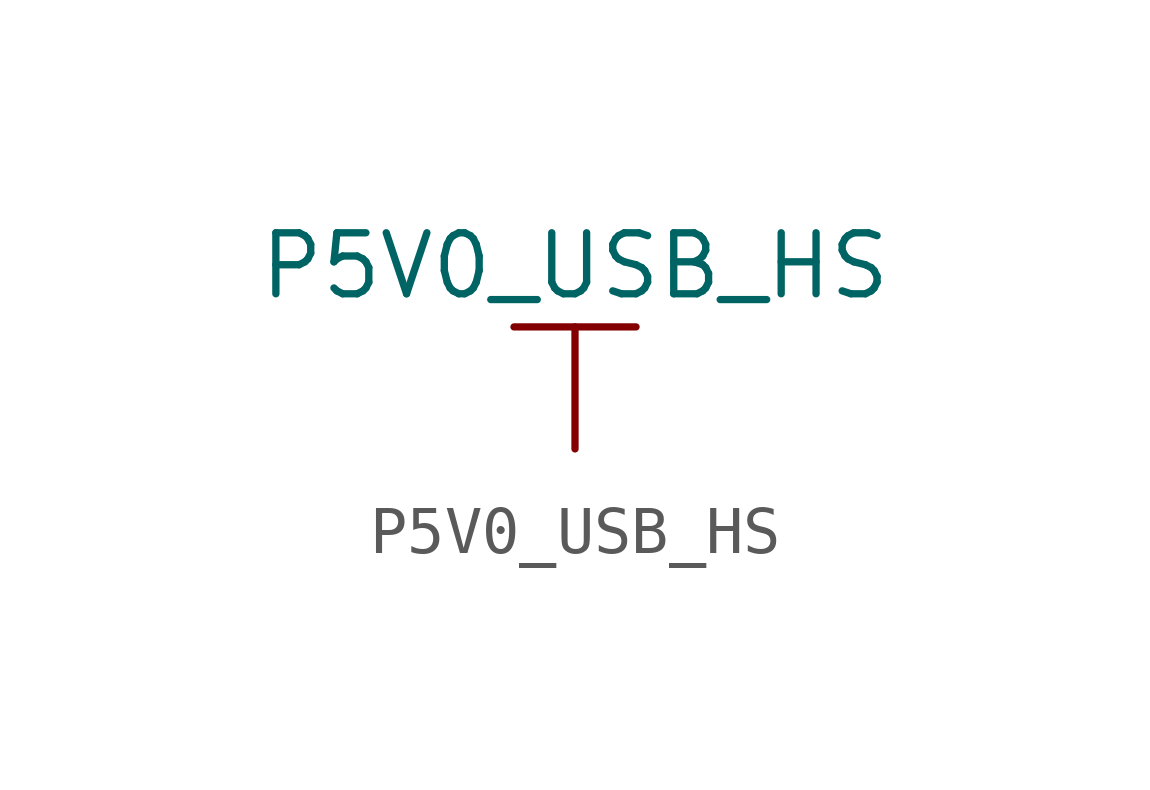
<source format=kicad_sym>
(kicad_symbol_lib
  (version 20211014)
  (generator kicad_symbol_editor)
  (symbol "P5V0_USB_HS"
    (power)
    (pin_names
      (offset 0))
    (property "Reference" "#PWR"
      (at 0 -3.81 0)
      (effects (font (size 1.27 1.27)) hide))
    (property "Value" "P5V0_USB_HS"
      (at 0 3.81 0)
      (effects (font (size 1.27 1.27))))
    (symbol "P5V0_USB_HS_0_1"
      (polyline (pts (xy -1.27 2.54) (xy 1.27 2.54)) (stroke (width 0.152) (type default) (color 0 0 0 0)) (fill (type none)))
      (polyline (pts (xy 0 0) (xy 0 2.54)) (stroke (width 0.152) (type default) (color 0 0 0 0)) (fill (type none))))
    (symbol "P5V0_USB_HS_1_1"
      (pin power_in line (at 0 0 90) (length 0) hide (name "P5V0_USB_HS" (effects (font (size 1.27 1.27)))) (number "1" (effects (font (size 1.27 1.27))))))))
</source>
